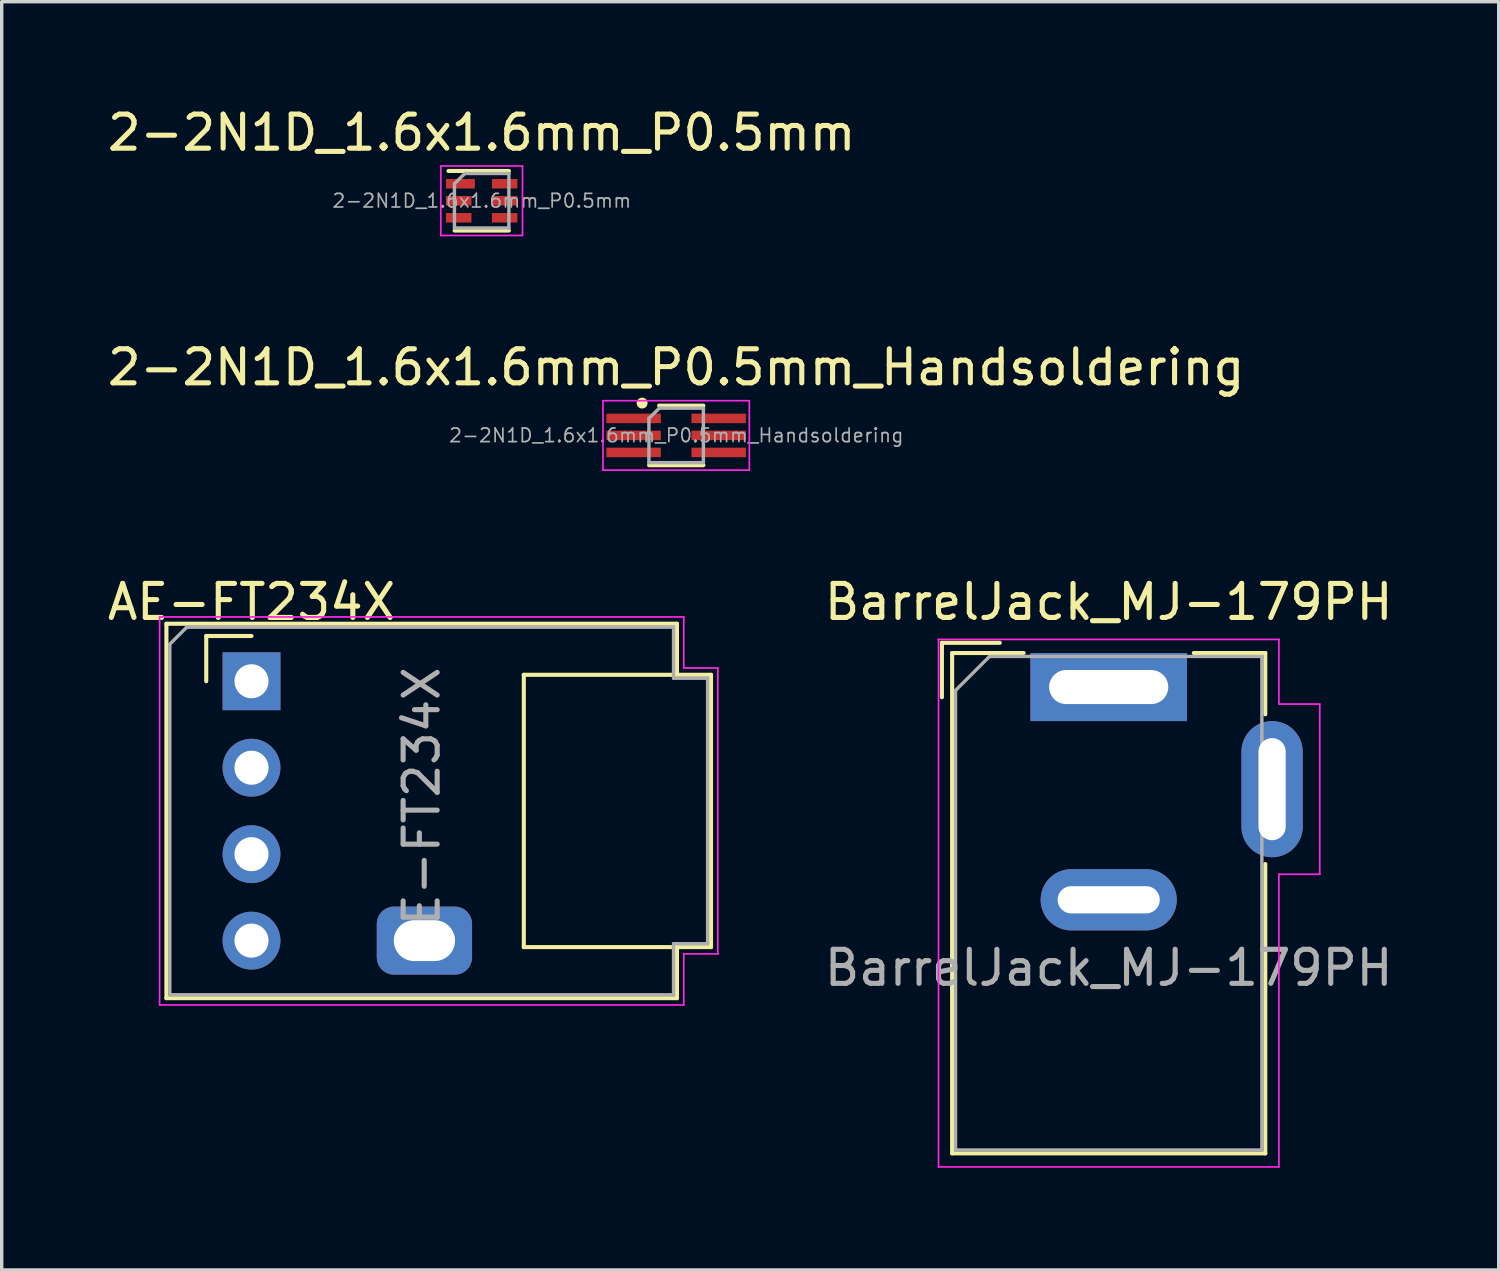
<source format=kicad_pcb>
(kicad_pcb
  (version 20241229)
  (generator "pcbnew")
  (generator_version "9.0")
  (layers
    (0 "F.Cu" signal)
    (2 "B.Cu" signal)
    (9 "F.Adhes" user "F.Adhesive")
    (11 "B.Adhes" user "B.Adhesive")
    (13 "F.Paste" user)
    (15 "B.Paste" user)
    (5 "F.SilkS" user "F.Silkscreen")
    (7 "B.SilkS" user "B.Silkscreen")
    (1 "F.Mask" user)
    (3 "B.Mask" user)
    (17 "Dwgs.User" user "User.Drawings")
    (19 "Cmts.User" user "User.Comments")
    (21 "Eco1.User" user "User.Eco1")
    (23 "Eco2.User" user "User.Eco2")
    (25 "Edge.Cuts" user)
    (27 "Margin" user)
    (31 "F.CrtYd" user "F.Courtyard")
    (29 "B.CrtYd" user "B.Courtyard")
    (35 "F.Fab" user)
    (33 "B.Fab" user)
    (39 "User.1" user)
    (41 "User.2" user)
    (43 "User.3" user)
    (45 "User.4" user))
  (footprint "BarrelJack_MJ-179PH"
    (layer "F.Cu")
    (at 29.523 17.135)
    (property "Reference" "BarrelJack_MJ-179PH" (at 0 -2.5 0) (layer "F.SilkS") (effects (font (size 1 1) (thickness 0.15))))
    (attr through_hole)
    (fp_line (start -4.9 -1.3) (end -4.9 0.3) (stroke (width 0.12) (type solid)) (layer "F.SilkS"))
    (fp_line (start -4.6 -1) (end -2.5 -1) (stroke (width 0.12) (type solid)) (layer "F.SilkS"))
    (fp_line (start -4.6 13.7) (end -4.6 -1) (stroke (width 0.12) (type solid)) (layer "F.SilkS"))
    (fp_line (start -3.2 -1.3) (end -4.9 -1.3) (stroke (width 0.12) (type solid)) (layer "F.SilkS"))
    (fp_line (start 2.5 -1) (end 4.6 -1) (stroke (width 0.12) (type solid)) (layer "F.SilkS"))
    (fp_line (start 4.6 -1) (end 4.6 0.8) (stroke (width 0.12) (type solid)) (layer "F.SilkS"))
    (fp_line (start 4.6 5.2) (end 4.6 13.7) (stroke (width 0.12) (type solid)) (layer "F.SilkS"))
    (fp_line (start 4.6 13.7) (end -4.6 13.7) (stroke (width 0.12) (type solid)) (layer "F.SilkS"))
    (fp_line (start -5 -1.4) (end -5 14.1) (stroke (width 0.05) (type solid)) (layer "F.CrtYd"))
    (fp_line (start -5 14.1) (end 5 14.1) (stroke (width 0.05) (type solid)) (layer "F.CrtYd"))
    (fp_line (start 5 -1.4) (end -5 -1.4) (stroke (width 0.05) (type solid)) (layer "F.CrtYd"))
    (fp_line (start 5 0.5) (end 5 -1.4) (stroke (width 0.05) (type solid)) (layer "F.CrtYd"))
    (fp_line (start 5 14.1) (end 5 5.5) (stroke (width 0.05) (type solid)) (layer "F.CrtYd"))
    (fp_line (start 6.2 0.5) (end 5 0.5) (stroke (width 0.05) (type solid)) (layer "F.CrtYd"))
    (fp_line (start 6.2 0.5) (end 6.2 5.5) (stroke (width 0.05) (type solid)) (layer "F.CrtYd"))
    (fp_line (start 6.2 5.5) (end 5 5.5) (stroke (width 0.05) (type solid)) (layer "F.CrtYd"))
    (fp_line (start -4.5 0.1) (end -3.5 -0.9) (stroke (width 0.1) (type solid)) (layer "F.Fab"))
    (fp_line (start -4.5 13.6) (end -4.5 0.1) (stroke (width 0.1) (type solid)) (layer "F.Fab"))
    (fp_line (start 4.5 -0.9) (end -3.5 -0.9) (stroke (width 0.1) (type solid)) (layer "F.Fab"))
    (fp_line (start 4.5 -0.9) (end 4.5 13.6) (stroke (width 0.1) (type solid)) (layer "F.Fab"))
    (fp_line (start 4.5 13.6) (end -4.5 13.6) (stroke (width 0.1) (type solid)) (layer "F.Fab"))
    (fp_text user "${REFERENCE}" (at 0 8.25 0) (layer "F.Fab") (effects (font (size 1 1) (thickness 0.15))))
    (pad "1" thru_hole rect (at 0 0) (size 4.6 2) (drill oval 3.5 1) (layers "*.Cu" "*.Mask"))
    (pad "2" thru_hole oval (at 0 6.25) (size 4 1.8) (drill oval 3 0.8) (layers "*.Cu" "*.Mask"))
    (pad "3" thru_hole oval (at 4.8 3 90) (size 4 1.8) (drill oval 3 0.8) (layers "*.Cu" "*.Mask")))
  (footprint "2-2N1D_1.6x1.6mm_P0.5mm_Handsoldering"
    (layer "F.Cu")
    (at 16.815 9.742)
    (property "Reference" "2-2N1D_1.6x1.6mm_P0.5mm_Handsoldering" (at 0 -2 0) (layer "F.SilkS") (effects (font (size 1 1) (thickness 0.15))))
    (attr smd)
    (fp_line (start -0.795 0.875) (end 0.8 0.875) (stroke (width 0.12) (type solid)) (layer "F.SilkS"))
    (fp_line (start -0.5 -0.875) (end 0.8 -0.875) (stroke (width 0.12) (type solid)) (layer "F.SilkS"))
    (fp_circle (center -1 -0.95) (end -0.9 -0.95) (stroke (width 0.12) (type solid)) (fill yes) (layer "F.SilkS"))
    (fp_line (start -2.15 1.02) (end -2.15 -1.02) (stroke (width 0.05) (type solid)) (layer "F.CrtYd"))
    (fp_line (start -2.15 1.02) (end 2.15 1.02) (stroke (width 0.05) (type solid)) (layer "F.CrtYd"))
    (fp_line (start 2.15 -1.02) (end -2.15 -1.02) (stroke (width 0.05) (type solid)) (layer "F.CrtYd"))
    (fp_line (start 2.15 -1.02) (end 2.15 1.02) (stroke (width 0.05) (type solid)) (layer "F.CrtYd"))
    (fp_line (start -0.8 -0.5) (end -0.8 0.8) (stroke (width 0.1) (type solid)) (layer "F.Fab"))
    (fp_line (start -0.8 0.8) (end 0.8 0.8) (stroke (width 0.1) (type solid)) (layer "F.Fab"))
    (fp_line (start -0.495 -0.8) (end -0.8 -0.5) (stroke (width 0.1) (type solid)) (layer "F.Fab"))
    (fp_line (start 0.8 -0.8) (end -0.495 -0.8) (stroke (width 0.1) (type solid)) (layer "F.Fab"))
    (fp_line (start 0.8 -0.8) (end 0.8 0.8) (stroke (width 0.1) (type solid)) (layer "F.Fab"))
    (fp_text user "${REFERENCE}" (at 0.005 0 0) (layer "F.Fab") (effects (font (size 0.4 0.4) (thickness 0.05))))
    (pad "1" smd rect (at -0.8 -0.5 270) (size 0.28 1.6) (drill (offset 0 0.45)) (layers "F.Cu" "F.Mask" "F.Paste"))
    (pad "2" smd rect (at -0.8 0 270) (size 0.28 1.6) (drill (offset 0 0.45)) (layers "F.Cu" "F.Mask" "F.Paste"))
    (pad "3" smd rect (at -0.8 0.5 270) (size 0.28 1.6) (drill (offset 0 0.45)) (layers "F.Cu" "F.Mask" "F.Paste"))
    (pad "4" smd rect (at 0.8 0.5 270) (size 0.28 1.6) (drill (offset 0 -0.45)) (layers "F.Cu" "F.Mask" "F.Paste"))
    (pad "5" smd rect (at 0.8 0 270) (size 0.28 1.6) (drill (offset 0 -0.45)) (layers "F.Cu" "F.Mask" "F.Paste"))
    (pad "6" smd rect (at 0.8 -0.5 270) (size 0.28 1.6) (drill (offset 0 -0.45)) (layers "F.Cu" "F.Mask" "F.Paste")))
  (footprint "2-2N1D_1.6x1.6mm_P0.5mm"
    (layer "F.Cu")
    (at 11.101 2.848)
    (property "Reference" "2-2N1D_1.6x1.6mm_P0.5mm" (at 0 -2 0) (layer "F.SilkS") (effects (font (size 1 1) (thickness 0.15))))
    (attr smd)
    (fp_line (start -0.975 -0.875) (end 0.8 -0.875) (stroke (width 0.12) (type solid)) (layer "F.SilkS"))
    (fp_line (start -0.795 0.875) (end 0.8 0.875) (stroke (width 0.12) (type solid)) (layer "F.SilkS"))
    (fp_line (start -1.2 1.02) (end -1.2 -1.02) (stroke (width 0.05) (type solid)) (layer "F.CrtYd"))
    (fp_line (start -1.2 1.02) (end 1.2 1.02) (stroke (width 0.05) (type solid)) (layer "F.CrtYd"))
    (fp_line (start 1.2 -1.02) (end -1.2 -1.02) (stroke (width 0.05) (type solid)) (layer "F.CrtYd"))
    (fp_line (start 1.2 -1.02) (end 1.2 1.02) (stroke (width 0.05) (type solid)) (layer "F.CrtYd"))
    (fp_line (start -0.8 -0.5) (end -0.8 0.8) (stroke (width 0.1) (type solid)) (layer "F.Fab"))
    (fp_line (start -0.8 0.8) (end 0.8 0.8) (stroke (width 0.1) (type solid)) (layer "F.Fab"))
    (fp_line (start -0.495 -0.8) (end -0.8 -0.5) (stroke (width 0.1) (type solid)) (layer "F.Fab"))
    (fp_line (start 0.8 -0.8) (end -0.495 -0.8) (stroke (width 0.1) (type solid)) (layer "F.Fab"))
    (fp_line (start 0.8 -0.8) (end 0.8 0.8) (stroke (width 0.1) (type solid)) (layer "F.Fab"))
    (fp_text user "${REFERENCE}" (at 0.005 0 0) (layer "F.Fab") (effects (font (size 0.4 0.4) (thickness 0.05))))
    (pad "1" smd rect (at -0.625 -0.5 270) (size 0.28 0.85) (layers "F.Cu" "F.Mask" "F.Paste"))
    (pad "2" smd rect (at -0.675 0 270) (size 0.28 0.75) (layers "F.Cu" "F.Mask" "F.Paste"))
    (pad "3" smd rect (at -0.675 0.5 270) (size 0.28 0.75) (layers "F.Cu" "F.Mask" "F.Paste"))
    (pad "4" smd rect (at 0.675 0.5 270) (size 0.28 0.75) (layers "F.Cu" "F.Mask" "F.Paste"))
    (pad "5" smd rect (at 0.675 0 270) (size 0.28 0.75) (layers "F.Cu" "F.Mask" "F.Paste"))
    (pad "6" smd rect (at 0.675 -0.5 270) (size 0.28 0.75) (layers "F.Cu" "F.Mask" "F.Paste")))
  (footprint "AE-FT234X"
    (layer "F.Cu")
    (at 4.339 16.965)
    (property "Reference" "AE-FT234X" (at 0 -2.33 0) (layer "F.SilkS") (effects (font (size 1 1) (thickness 0.15))))
    (attr through_hole)
    (fp_line (start -2.5 -1.69) (end -2.5 9.31) (stroke (width 0.12) (type solid)) (layer "F.SilkS"))
    (fp_line (start -2.5 -1.69) (end 12.5 -1.69) (stroke (width 0.12) (type solid)) (layer "F.SilkS"))
    (fp_line (start -1.33 -1.33) (end 0 -1.33) (stroke (width 0.12) (type solid)) (layer "F.SilkS"))
    (fp_line (start -1.33 0) (end -1.33 -1.33) (stroke (width 0.12) (type solid)) (layer "F.SilkS"))
    (fp_line (start 8 -0.19) (end 13.5 -0.19) (stroke (width 0.12) (type solid)) (layer "F.SilkS"))
    (fp_line (start 8 7.81) (end 8 -0.19) (stroke (width 0.12) (type solid)) (layer "F.SilkS"))
    (fp_line (start 12.5 -1.69) (end 12.5 -0.19) (stroke (width 0.12) (type solid)) (layer "F.SilkS"))
    (fp_line (start 12.5 7.81) (end 12.5 9.31) (stroke (width 0.12) (type solid)) (layer "F.SilkS"))
    (fp_line (start 12.5 9.31) (end -2.5 9.31) (stroke (width 0.12) (type solid)) (layer "F.SilkS"))
    (fp_line (start 13.5 -0.19) (end 13.5 7.81) (stroke (width 0.12) (type solid)) (layer "F.SilkS"))
    (fp_line (start 13.5 7.81) (end 8 7.81) (stroke (width 0.12) (type solid)) (layer "F.SilkS"))
    (fp_line (start -2.7 -1.89) (end 12.7 -1.89) (stroke (width 0.05) (type solid)) (layer "F.CrtYd"))
    (fp_line (start -2.7 9.51) (end -2.7 -1.89) (stroke (width 0.05) (type solid)) (layer "F.CrtYd"))
    (fp_line (start 12.7 -1.89) (end 12.7 -0.39) (stroke (width 0.05) (type solid)) (layer "F.CrtYd"))
    (fp_line (start 12.7 -0.39) (end 13.7 -0.39) (stroke (width 0.05) (type solid)) (layer "F.CrtYd"))
    (fp_line (start 12.7 8.01) (end 12.7 9.51) (stroke (width 0.05) (type solid)) (layer "F.CrtYd"))
    (fp_line (start 12.7 8.01) (end 13.7 8.01) (stroke (width 0.05) (type solid)) (layer "F.CrtYd"))
    (fp_line (start 12.7 9.51) (end -2.7 9.51) (stroke (width 0.05) (type solid)) (layer "F.CrtYd"))
    (fp_line (start 13.7 -0.39) (end 13.7 8.01) (stroke (width 0.05) (type solid)) (layer "F.CrtYd"))
    (fp_line (start -2.4 -1.09) (end -1.9 -1.59) (stroke (width 0.1) (type solid)) (layer "F.Fab"))
    (fp_line (start -2.4 9.21) (end -2.4 -1.09) (stroke (width 0.1) (type solid)) (layer "F.Fab"))
    (fp_line (start -1.9 -1.59) (end 12.4 -1.59) (stroke (width 0.1) (type solid)) (layer "F.Fab"))
    (fp_line (start 12.4 -1.59) (end 12.4 -0.09) (stroke (width 0.1) (type solid)) (layer "F.Fab"))
    (fp_line (start 12.4 -0.09) (end 13.4 -0.09) (stroke (width 0.1) (type solid)) (layer "F.Fab"))
    (fp_line (start 12.4 7.71) (end 12.4 9.21) (stroke (width 0.1) (type solid)) (layer "F.Fab"))
    (fp_line (start 12.4 7.71) (end 13.4 7.71) (stroke (width 0.1) (type solid)) (layer "F.Fab"))
    (fp_line (start 12.4 9.21) (end -2.4 9.21) (stroke (width 0.1) (type solid)) (layer "F.Fab"))
    (fp_line (start 13.4 -0.09) (end 13.4 7.71) (stroke (width 0.1) (type solid)) (layer "F.Fab"))
    (fp_text user "${REFERENCE}" (at 5 3.81 90) (layer "F.Fab") (effects (font (size 1 1) (thickness 0.15))))
    (pad "1" thru_hole rect (at 0 0) (size 1.7 1.7) (drill 1) (layers "*.Cu" "*.Mask"))
    (pad "2" thru_hole oval (at 0 2.54) (size 1.7 1.7) (drill 1) (layers "*.Cu" "*.Mask"))
    (pad "3" thru_hole oval (at 0 5.08) (size 1.7 1.7) (drill 1) (layers "*.Cu" "*.Mask"))
    (pad "4" thru_hole oval (at 0 7.62) (size 1.7 1.7) (drill 1) (layers "*.Cu" "*.Mask"))
    (pad "5" thru_hole roundrect (at 5.08 7.62) (size 2.8 2) (drill oval 1.8 1.2) (layers "*.Cu" "*.Mask") (roundrect_rratio 0.25)))
  (gr_rect
    (start -3 -3)
    (end 40.981 34.26)
    (stroke (width 0.1) (type default))
    (fill no)
    (layer "Edge.Cuts")))
</source>
